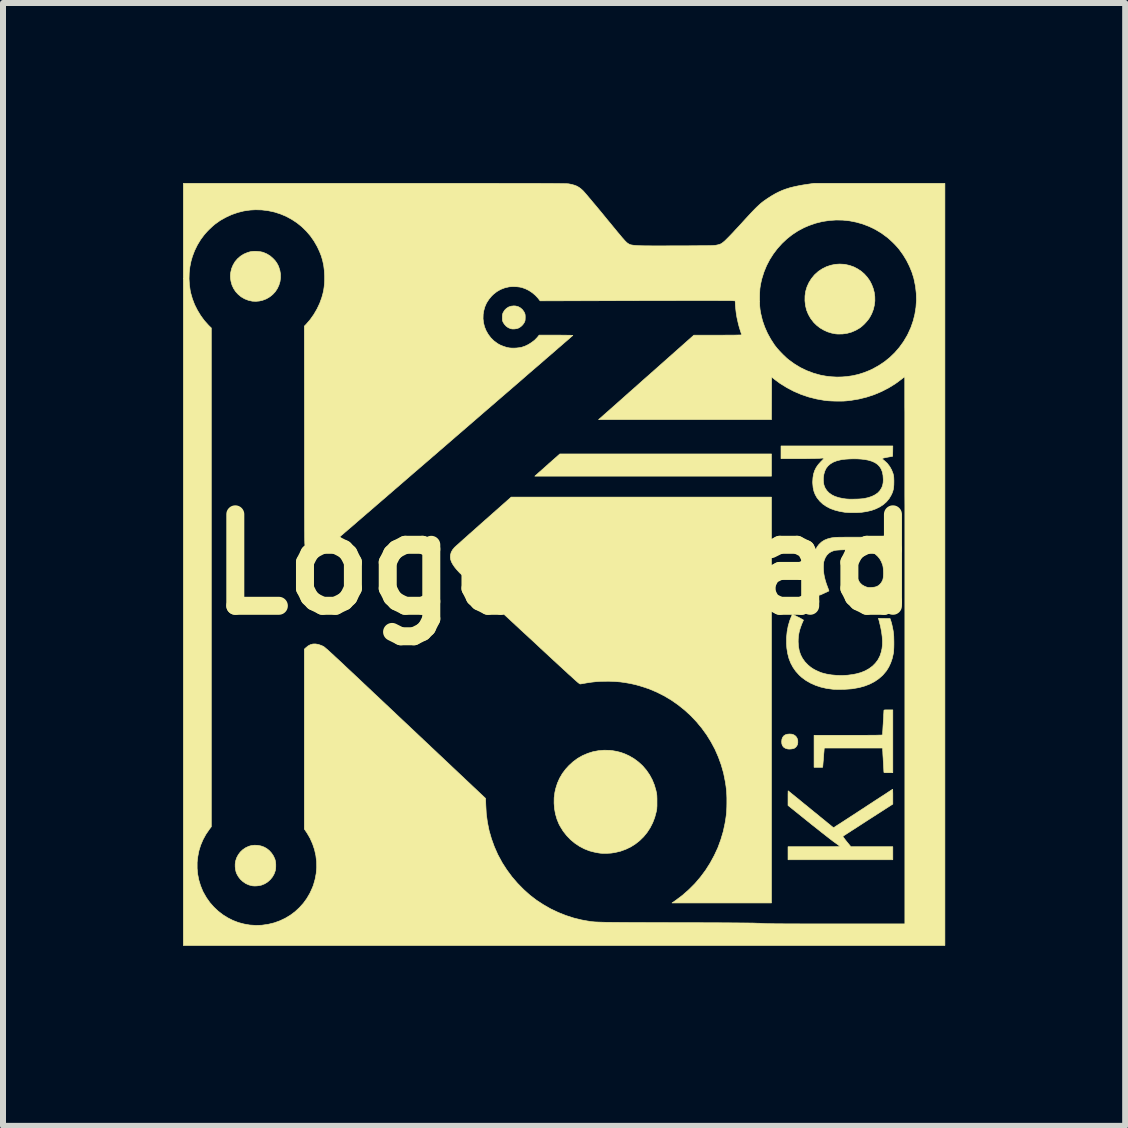
<source format=kicad_pcb>
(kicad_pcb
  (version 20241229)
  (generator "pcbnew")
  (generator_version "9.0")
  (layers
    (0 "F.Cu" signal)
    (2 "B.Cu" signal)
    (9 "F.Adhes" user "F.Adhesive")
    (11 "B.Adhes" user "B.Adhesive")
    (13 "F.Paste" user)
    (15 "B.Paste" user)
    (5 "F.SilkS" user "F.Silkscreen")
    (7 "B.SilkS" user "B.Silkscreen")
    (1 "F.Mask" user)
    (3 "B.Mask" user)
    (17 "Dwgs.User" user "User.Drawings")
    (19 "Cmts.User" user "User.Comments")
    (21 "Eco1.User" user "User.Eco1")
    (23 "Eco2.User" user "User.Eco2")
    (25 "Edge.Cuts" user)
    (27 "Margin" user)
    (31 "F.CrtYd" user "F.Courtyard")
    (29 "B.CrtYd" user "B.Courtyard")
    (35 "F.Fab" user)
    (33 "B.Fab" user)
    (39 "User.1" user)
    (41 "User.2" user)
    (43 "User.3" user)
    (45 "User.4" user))
  (footprint "LogoKicad"
    (layer "F.Cu")
    (at 6.35 6.355)
    (property "Reference" "LogoKicad" (at 0 0 0) (layer "F.SilkS") (effects (font (size 1.524 1.524) (thickness 0.3))))
    (attr through_hole)
    (fp_poly (pts (xy 3.455 -1.471) (xy -0.488 -1.471) (xy -0.465 -1.492) (xy -0.456 -1.499) (xy -0.441 -1.513) (xy -0.419 -1.533) (xy -0.392 -1.556) (xy -0.361 -1.584) (xy -0.326 -1.615) (xy -0.289 -1.648) (xy -0.257 -1.677) (xy -0.071 -1.841) (xy 1.692 -1.841) (xy 3.455 -1.841) (xy 3.455 -1.471)) (stroke (width 0.01) (type solid)) (fill yes) (layer "F.SilkS"))
    (fp_poly (pts (xy 3.796 2.829) (xy 3.828 2.84) (xy 3.854 2.858) (xy 3.862 2.865) (xy 3.882 2.896) (xy 3.893 2.93) (xy 3.894 2.968) (xy 3.889 2.999) (xy 3.877 3.024) (xy 3.859 3.046) (xy 3.836 3.063) (xy 3.823 3.068) (xy 3.794 3.074) (xy 3.762 3.077) (xy 3.733 3.076) (xy 3.721 3.074) (xy 3.686 3.063) (xy 3.658 3.045) (xy 3.639 3.021) (xy 3.628 2.99) (xy 3.625 2.953) (xy 3.629 2.914) (xy 3.641 2.882) (xy 3.66 2.857) (xy 3.687 2.839) (xy 3.722 2.829) (xy 3.757 2.826) (xy 3.796 2.829)) (stroke (width 0.01) (type solid)) (fill yes) (layer "F.SilkS"))
    (fp_poly (pts (xy -0.808 -4.306) (xy -0.767 -4.296) (xy -0.73 -4.276) (xy -0.697 -4.248) (xy -0.671 -4.213) (xy -0.662 -4.196) (xy -0.655 -4.181) (xy -0.651 -4.167) (xy -0.649 -4.151) (xy -0.648 -4.129) (xy -0.648 -4.114) (xy -0.649 -4.089) (xy -0.65 -4.071) (xy -0.653 -4.057) (xy -0.658 -4.044) (xy -0.665 -4.029) (xy -0.689 -3.994) (xy -0.721 -3.963) (xy -0.757 -3.94) (xy -0.76 -3.939) (xy -0.79 -3.929) (xy -0.825 -3.924) (xy -0.86 -3.923) (xy -0.889 -3.928) (xy -0.931 -3.945) (xy -0.967 -3.971) (xy -0.997 -4.005) (xy -1.014 -4.032) (xy -1.021 -4.047) (xy -1.026 -4.06) (xy -1.028 -4.075) (xy -1.029 -4.095) (xy -1.029 -4.114) (xy -1.029 -4.14) (xy -1.027 -4.159) (xy -1.024 -4.174) (xy -1.019 -4.189) (xy -1.015 -4.197) (xy -0.992 -4.235) (xy -0.961 -4.266) (xy -0.925 -4.289) (xy -0.884 -4.303) (xy -0.839 -4.308) (xy -0.808 -4.306)) (stroke (width 0.01) (type solid)) (fill yes) (layer "F.SilkS"))
    (fp_poly (pts (xy -5.106 4.681) (xy -5.052 4.691) (xy -5.001 4.709) (xy -4.957 4.733) (xy -4.914 4.767) (xy -4.876 4.809) (xy -4.844 4.857) (xy -4.821 4.907) (xy -4.813 4.934) (xy -4.808 4.963) (xy -4.805 4.998) (xy -4.805 5.035) (xy -4.807 5.07) (xy -4.812 5.1) (xy -4.813 5.104) (xy -4.832 5.157) (xy -4.86 5.207) (xy -4.896 5.251) (xy -4.939 5.29) (xy -4.988 5.321) (xy -5.041 5.343) (xy -5.045 5.344) (xy -5.081 5.352) (xy -5.122 5.357) (xy -5.162 5.358) (xy -5.197 5.355) (xy -5.252 5.341) (xy -5.304 5.318) (xy -5.351 5.286) (xy -5.393 5.248) (xy -5.428 5.203) (xy -5.456 5.153) (xy -5.467 5.122) (xy -5.476 5.082) (xy -5.481 5.037) (xy -5.481 4.992) (xy -5.475 4.95) (xy -5.475 4.946) (xy -5.457 4.89) (xy -5.43 4.839) (xy -5.396 4.793) (xy -5.355 4.754) (xy -5.307 4.721) (xy -5.255 4.697) (xy -5.212 4.685) (xy -5.16 4.679) (xy -5.106 4.681)) (stroke (width 0.01) (type solid)) (fill yes) (layer "F.SilkS"))
    (fp_poly (pts (xy -5.107 -5.216) (xy -5.063 -5.211) (xy -5.025 -5.203) (xy -5.014 -5.2) (xy -4.953 -5.174) (xy -4.898 -5.14) (xy -4.853 -5.101) (xy -4.816 -5.062) (xy -4.788 -5.023) (xy -4.765 -4.981) (xy -4.757 -4.963) (xy -4.737 -4.901) (xy -4.726 -4.838) (xy -4.726 -4.775) (xy -4.734 -4.713) (xy -4.752 -4.654) (xy -4.778 -4.598) (xy -4.812 -4.546) (xy -4.854 -4.5) (xy -4.903 -4.46) (xy -4.96 -4.426) (xy -4.97 -4.422) (xy -5.022 -4.402) (xy -5.078 -4.389) (xy -5.134 -4.384) (xy -5.188 -4.386) (xy -5.199 -4.387) (xy -5.264 -4.402) (xy -5.325 -4.426) (xy -5.38 -4.458) (xy -5.429 -4.498) (xy -5.472 -4.544) (xy -5.507 -4.597) (xy -5.534 -4.655) (xy -5.551 -4.717) (xy -5.553 -4.728) (xy -5.559 -4.769) (xy -5.561 -4.805) (xy -5.559 -4.841) (xy -5.556 -4.863) (xy -5.541 -4.929) (xy -5.516 -4.989) (xy -5.483 -5.045) (xy -5.442 -5.093) (xy -5.394 -5.135) (xy -5.339 -5.17) (xy -5.278 -5.196) (xy -5.231 -5.21) (xy -5.194 -5.216) (xy -5.152 -5.218) (xy -5.107 -5.216)) (stroke (width 0.01) (type solid)) (fill yes) (layer "F.SilkS"))
    (fp_poly (pts (xy 4.667 -5.001) (xy 4.682 -4.999) (xy 4.757 -4.982) (xy 4.828 -4.957) (xy 4.893 -4.923) (xy 4.953 -4.883) (xy 5.006 -4.836) (xy 5.053 -4.783) (xy 5.093 -4.726) (xy 5.125 -4.664) (xy 5.15 -4.599) (xy 5.168 -4.531) (xy 5.177 -4.461) (xy 5.178 -4.39) (xy 5.169 -4.318) (xy 5.152 -4.247) (xy 5.125 -4.177) (xy 5.09 -4.112) (xy 5.067 -4.079) (xy 5.038 -4.044) (xy 5.005 -4.008) (xy 4.971 -3.976) (xy 4.938 -3.949) (xy 4.93 -3.943) (xy 4.862 -3.903) (xy 4.791 -3.872) (xy 4.716 -3.851) (xy 4.639 -3.84) (xy 4.56 -3.839) (xy 4.524 -3.842) (xy 4.457 -3.855) (xy 4.389 -3.876) (xy 4.324 -3.906) (xy 4.263 -3.942) (xy 4.208 -3.985) (xy 4.16 -4.032) (xy 4.156 -4.037) (xy 4.107 -4.101) (xy 4.069 -4.168) (xy 4.04 -4.239) (xy 4.022 -4.314) (xy 4.013 -4.393) (xy 4.013 -4.395) (xy 4.014 -4.474) (xy 4.025 -4.55) (xy 4.047 -4.624) (xy 4.078 -4.693) (xy 4.119 -4.759) (xy 4.169 -4.821) (xy 4.183 -4.835) (xy 4.239 -4.885) (xy 4.302 -4.926) (xy 4.37 -4.96) (xy 4.441 -4.984) (xy 4.515 -5) (xy 4.591 -5.005) (xy 4.667 -5.001)) (stroke (width 0.01) (type solid)) (fill yes) (layer "F.SilkS"))
    (fp_poly (pts (xy 5.477 3.471) (xy 5.403 3.471) (xy 5.374 3.471) (xy 5.353 3.471) (xy 5.34 3.47) (xy 5.333 3.468) (xy 5.33 3.466) (xy 5.329 3.462) (xy 5.329 3.459) (xy 5.328 3.451) (xy 5.327 3.434) (xy 5.326 3.409) (xy 5.324 3.377) (xy 5.322 3.341) (xy 5.32 3.3) (xy 5.318 3.273) (xy 5.316 3.23) (xy 5.313 3.19) (xy 5.311 3.154) (xy 5.31 3.123) (xy 5.308 3.099) (xy 5.308 3.083) (xy 5.308 3.078) (xy 5.308 3.059) (xy 4.335 3.059) (xy 4.332 3.092) (xy 4.331 3.107) (xy 4.329 3.131) (xy 4.326 3.161) (xy 4.324 3.195) (xy 4.321 3.23) (xy 4.321 3.236) (xy 4.318 3.27) (xy 4.315 3.302) (xy 4.313 3.329) (xy 4.311 3.35) (xy 4.31 3.363) (xy 4.31 3.364) (xy 4.307 3.381) (xy 4.165 3.381) (xy 4.165 2.847) (xy 4.734 2.847) (xy 4.827 2.847) (xy 4.91 2.847) (xy 4.984 2.847) (xy 5.049 2.847) (xy 5.105 2.846) (xy 5.152 2.846) (xy 5.193 2.846) (xy 5.226 2.845) (xy 5.253 2.844) (xy 5.273 2.844) (xy 5.288 2.843) (xy 5.298 2.842) (xy 5.303 2.841) (xy 5.305 2.84) (xy 5.305 2.834) (xy 5.307 2.819) (xy 5.308 2.796) (xy 5.31 2.766) (xy 5.312 2.732) (xy 5.314 2.694) (xy 5.317 2.654) (xy 5.319 2.614) (xy 5.322 2.574) (xy 5.324 2.536) (xy 5.325 2.503) (xy 5.327 2.474) (xy 5.328 2.451) (xy 5.329 2.437) (xy 5.329 2.433) (xy 5.33 2.429) (xy 5.333 2.427) (xy 5.342 2.425) (xy 5.356 2.424) (xy 5.378 2.424) (xy 5.403 2.424) (xy 5.477 2.424) (xy 5.477 3.471)) (stroke (width 0.01) (type solid)) (fill yes) (layer "F.SilkS"))
    (fp_poly (pts (xy 0.76 3.098) (xy 0.804 3.103) (xy 0.877 3.116) (xy 0.945 3.133) (xy 1.011 3.157) (xy 1.079 3.188) (xy 1.085 3.191) (xy 1.167 3.239) (xy 1.242 3.295) (xy 1.31 3.358) (xy 1.37 3.428) (xy 1.423 3.505) (xy 1.468 3.588) (xy 1.504 3.676) (xy 1.531 3.77) (xy 1.535 3.789) (xy 1.54 3.81) (xy 1.543 3.83) (xy 1.545 3.85) (xy 1.546 3.874) (xy 1.547 3.903) (xy 1.547 3.939) (xy 1.547 3.956) (xy 1.547 3.995) (xy 1.547 4.027) (xy 1.545 4.052) (xy 1.544 4.074) (xy 1.541 4.094) (xy 1.537 4.114) (xy 1.535 4.122) (xy 1.51 4.216) (xy 1.476 4.305) (xy 1.433 4.389) (xy 1.383 4.466) (xy 1.325 4.537) (xy 1.26 4.601) (xy 1.189 4.657) (xy 1.112 4.706) (xy 1.029 4.746) (xy 0.942 4.778) (xy 0.85 4.8) (xy 0.786 4.81) (xy 0.754 4.812) (xy 0.716 4.814) (xy 0.676 4.814) (xy 0.637 4.814) (xy 0.606 4.812) (xy 0.577 4.808) (xy 0.542 4.802) (xy 0.504 4.794) (xy 0.467 4.785) (xy 0.434 4.776) (xy 0.422 4.773) (xy 0.336 4.739) (xy 0.254 4.696) (xy 0.177 4.644) (xy 0.105 4.584) (xy 0.041 4.517) (xy -0.017 4.443) (xy -0.066 4.363) (xy -0.086 4.326) (xy -0.119 4.245) (xy -0.144 4.159) (xy -0.16 4.07) (xy -0.167 3.979) (xy -0.166 3.888) (xy -0.154 3.798) (xy -0.14 3.735) (xy -0.112 3.646) (xy -0.075 3.563) (xy -0.029 3.484) (xy 0.027 3.41) (xy 0.081 3.351) (xy 0.151 3.287) (xy 0.227 3.231) (xy 0.308 3.185) (xy 0.393 3.149) (xy 0.481 3.121) (xy 0.572 3.104) (xy 0.665 3.096) (xy 0.76 3.098)) (stroke (width 0.01) (type solid)) (fill yes) (layer "F.SilkS"))
    (fp_poly (pts (xy 3.897 0.877) (xy 3.926 0.891) (xy 3.95 0.905) (xy 3.97 0.916) (xy 3.983 0.924) (xy 3.988 0.928) (xy 3.988 0.929) (xy 3.961 0.99) (xy 3.94 1.046) (xy 3.924 1.096) (xy 3.913 1.144) (xy 3.905 1.192) (xy 3.901 1.242) (xy 3.9 1.289) (xy 3.905 1.366) (xy 3.918 1.438) (xy 3.94 1.504) (xy 3.972 1.566) (xy 4.013 1.623) (xy 4.064 1.676) (xy 4.11 1.714) (xy 4.141 1.735) (xy 4.179 1.757) (xy 4.221 1.777) (xy 4.262 1.795) (xy 4.294 1.807) (xy 4.371 1.827) (xy 4.455 1.841) (xy 4.543 1.849) (xy 4.633 1.851) (xy 4.724 1.846) (xy 4.813 1.834) (xy 4.869 1.823) (xy 4.946 1.802) (xy 5.017 1.773) (xy 5.081 1.737) (xy 5.138 1.695) (xy 5.186 1.647) (xy 5.227 1.594) (xy 5.258 1.535) (xy 5.266 1.517) (xy 5.284 1.461) (xy 5.297 1.403) (xy 5.304 1.341) (xy 5.305 1.275) (xy 5.3 1.203) (xy 5.29 1.126) (xy 5.274 1.043) (xy 5.252 0.951) (xy 5.241 0.911) (xy 5.237 0.899) (xy 5.334 0.901) (xy 5.431 0.902) (xy 5.441 0.931) (xy 5.452 0.966) (xy 5.463 1.009) (xy 5.473 1.055) (xy 5.482 1.101) (xy 5.486 1.127) (xy 5.49 1.16) (xy 5.493 1.2) (xy 5.494 1.245) (xy 5.495 1.292) (xy 5.495 1.339) (xy 5.494 1.385) (xy 5.492 1.426) (xy 5.49 1.461) (xy 5.486 1.484) (xy 5.467 1.568) (xy 5.441 1.643) (xy 5.409 1.711) (xy 5.37 1.774) (xy 5.322 1.831) (xy 5.305 1.85) (xy 5.243 1.904) (xy 5.173 1.952) (xy 5.096 1.992) (xy 5.012 2.025) (xy 4.919 2.051) (xy 4.819 2.069) (xy 4.802 2.072) (xy 4.767 2.075) (xy 4.724 2.078) (xy 4.677 2.081) (xy 4.627 2.082) (xy 4.578 2.083) (xy 4.533 2.082) (xy 4.493 2.081) (xy 4.471 2.079) (xy 4.373 2.066) (xy 4.278 2.044) (xy 4.19 2.015) (xy 4.107 1.978) (xy 4.03 1.934) (xy 3.962 1.884) (xy 3.916 1.842) (xy 3.86 1.78) (xy 3.814 1.714) (xy 3.776 1.643) (xy 3.746 1.566) (xy 3.725 1.484) (xy 3.711 1.395) (xy 3.706 1.323) (xy 3.706 1.22) (xy 3.716 1.12) (xy 3.734 1.024) (xy 3.761 0.933) (xy 3.788 0.866) (xy 3.804 0.831) (xy 3.897 0.877)) (stroke (width 0.01) (type solid)) (fill yes) (layer "F.SilkS"))
    (fp_poly (pts (xy 5.475 3.752) (xy 5.476 3.766) (xy 5.476 3.788) (xy 5.477 3.816) (xy 5.477 3.848) (xy 5.477 3.87) (xy 5.477 3.994) (xy 5.063 4.26) (xy 5.003 4.299) (xy 4.946 4.336) (xy 4.892 4.371) (xy 4.841 4.404) (xy 4.795 4.433) (xy 4.754 4.46) (xy 4.718 4.483) (xy 4.689 4.502) (xy 4.667 4.516) (xy 4.652 4.526) (xy 4.645 4.53) (xy 4.645 4.53) (xy 4.647 4.535) (xy 4.654 4.547) (xy 4.667 4.564) (xy 4.683 4.586) (xy 4.703 4.611) (xy 4.709 4.619) (xy 4.779 4.704) (xy 5.477 4.704) (xy 5.477 4.921) (xy 3.731 4.921) (xy 3.731 4.704) (xy 4.165 4.704) (xy 4.231 4.704) (xy 4.295 4.704) (xy 4.355 4.704) (xy 4.41 4.704) (xy 4.459 4.703) (xy 4.502 4.703) (xy 4.538 4.702) (xy 4.567 4.702) (xy 4.587 4.701) (xy 4.597 4.701) (xy 4.598 4.7) (xy 4.594 4.696) (xy 4.583 4.687) (xy 4.565 4.673) (xy 4.542 4.656) (xy 4.515 4.637) (xy 4.499 4.625) (xy 4.479 4.611) (xy 4.452 4.59) (xy 4.418 4.564) (xy 4.378 4.533) (xy 4.334 4.498) (xy 4.286 4.461) (xy 4.235 4.42) (xy 4.182 4.378) (xy 4.127 4.335) (xy 4.073 4.291) (xy 4.065 4.285) (xy 3.731 4.016) (xy 3.731 3.894) (xy 3.731 3.86) (xy 3.731 3.829) (xy 3.732 3.804) (xy 3.732 3.785) (xy 3.733 3.775) (xy 3.733 3.773) (xy 3.738 3.776) (xy 3.75 3.786) (xy 3.769 3.801) (xy 3.794 3.822) (xy 3.826 3.847) (xy 3.862 3.877) (xy 3.904 3.91) (xy 3.949 3.948) (xy 3.998 3.988) (xy 4.051 4.03) (xy 4.105 4.075) (xy 4.111 4.08) (xy 4.166 4.125) (xy 4.219 4.167) (xy 4.268 4.208) (xy 4.314 4.245) (xy 4.356 4.279) (xy 4.393 4.31) (xy 4.425 4.335) (xy 4.451 4.357) (xy 4.471 4.373) (xy 4.484 4.383) (xy 4.49 4.387) (xy 4.49 4.387) (xy 4.494 4.384) (xy 4.508 4.376) (xy 4.528 4.362) (xy 4.556 4.344) (xy 4.591 4.322) (xy 4.631 4.296) (xy 4.677 4.266) (xy 4.728 4.233) (xy 4.783 4.197) (xy 4.842 4.159) (xy 4.904 4.118) (xy 4.969 4.076) (xy 4.983 4.067) (xy 5.048 4.024) (xy 5.111 3.983) (xy 5.17 3.944) (xy 5.226 3.908) (xy 5.278 3.874) (xy 5.325 3.844) (xy 5.366 3.817) (xy 5.402 3.793) (xy 5.431 3.774) (xy 5.453 3.76) (xy 5.468 3.751) (xy 5.475 3.747) (xy 5.475 3.747) (xy 5.475 3.752)) (stroke (width 0.01) (type solid)) (fill yes) (layer "F.SilkS"))
    (fp_poly (pts (xy 3.455 5.641) (xy 1.798 5.641) (xy 1.855 5.601) (xy 1.971 5.514) (xy 2.079 5.419) (xy 2.18 5.318) (xy 2.273 5.209) (xy 2.358 5.095) (xy 2.434 4.975) (xy 2.502 4.85) (xy 2.562 4.721) (xy 2.611 4.587) (xy 2.652 4.45) (xy 2.682 4.31) (xy 2.685 4.291) (xy 2.694 4.235) (xy 2.701 4.185) (xy 2.706 4.138) (xy 2.709 4.09) (xy 2.711 4.039) (xy 2.712 3.981) (xy 2.712 3.953) (xy 2.712 3.891) (xy 2.71 3.838) (xy 2.707 3.788) (xy 2.703 3.741) (xy 2.697 3.693) (xy 2.689 3.64) (xy 2.685 3.616) (xy 2.657 3.476) (xy 2.618 3.34) (xy 2.57 3.208) (xy 2.514 3.08) (xy 2.448 2.957) (xy 2.375 2.839) (xy 2.293 2.726) (xy 2.204 2.619) (xy 2.109 2.519) (xy 2.006 2.425) (xy 1.897 2.338) (xy 1.783 2.259) (xy 1.663 2.188) (xy 1.537 2.125) (xy 1.408 2.071) (xy 1.273 2.027) (xy 1.199 2.006) (xy 1.108 1.985) (xy 1.022 1.97) (xy 0.938 1.958) (xy 0.851 1.951) (xy 0.76 1.947) (xy 0.706 1.947) (xy 0.618 1.948) (xy 0.537 1.953) (xy 0.457 1.962) (xy 0.376 1.974) (xy 0.36 1.977) (xy 0.331 1.982) (xy 0.305 1.987) (xy 0.284 1.99) (xy 0.269 1.992) (xy 0.267 1.992) (xy 0.264 1.991) (xy 0.261 1.99) (xy 0.256 1.987) (xy 0.25 1.982) (xy 0.241 1.976) (xy 0.23 1.967) (xy 0.217 1.956) (xy 0.201 1.942) (xy 0.182 1.925) (xy 0.16 1.905) (xy 0.134 1.881) (xy 0.104 1.854) (xy 0.069 1.823) (xy 0.031 1.787) (xy -0.013 1.747) (xy -0.062 1.702) (xy -0.115 1.653) (xy -0.175 1.598) (xy -0.241 1.537) (xy -0.312 1.471) (xy -0.391 1.398) (xy -0.475 1.319) (xy -0.567 1.234) (xy -0.667 1.142) (xy -0.718 1.095) (xy -0.805 1.014) (xy -0.89 0.935) (xy -0.973 0.858) (xy -1.054 0.783) (xy -1.132 0.71) (xy -1.207 0.64) (xy -1.279 0.573) (xy -1.347 0.51) (xy -1.411 0.45) (xy -1.47 0.395) (xy -1.524 0.344) (xy -1.573 0.298) (xy -1.617 0.257) (xy -1.655 0.222) (xy -1.686 0.192) (xy -1.711 0.168) (xy -1.729 0.151) (xy -1.74 0.141) (xy -1.741 0.14) (xy -1.788 0.089) (xy -1.826 0.042) (xy -1.855 -0.001) (xy -1.877 -0.041) (xy -1.89 -0.079) (xy -1.896 -0.115) (xy -1.895 -0.15) (xy -1.894 -0.157) (xy -1.882 -0.201) (xy -1.86 -0.242) (xy -1.827 -0.282) (xy -1.822 -0.287) (xy -1.813 -0.295) (xy -1.797 -0.31) (xy -1.774 -0.33) (xy -1.745 -0.356) (xy -1.71 -0.388) (xy -1.67 -0.424) (xy -1.625 -0.463) (xy -1.577 -0.507) (xy -1.524 -0.553) (xy -1.469 -0.602) (xy -1.411 -0.654) (xy -1.352 -0.706) (xy -1.334 -0.722) (xy -0.882 -1.122) (xy 3.455 -1.122) (xy 3.455 5.641)) (stroke (width 0.01) (type solid)) (fill yes) (layer "F.SilkS"))
    (fp_poly (pts (xy 5.476 -1.888) (xy 5.474 -1.802) (xy 5.387 -1.786) (xy 5.358 -1.78) (xy 5.333 -1.775) (xy 5.314 -1.77) (xy 5.302 -1.767) (xy 5.299 -1.765) (xy 5.302 -1.759) (xy 5.312 -1.749) (xy 5.327 -1.736) (xy 5.338 -1.727) (xy 5.385 -1.684) (xy 5.425 -1.632) (xy 5.457 -1.575) (xy 5.481 -1.514) (xy 5.483 -1.505) (xy 5.488 -1.487) (xy 5.491 -1.47) (xy 5.493 -1.45) (xy 5.494 -1.427) (xy 5.495 -1.397) (xy 5.495 -1.373) (xy 5.494 -1.326) (xy 5.491 -1.287) (xy 5.486 -1.253) (xy 5.478 -1.222) (xy 5.467 -1.191) (xy 5.451 -1.157) (xy 5.45 -1.155) (xy 5.416 -1.097) (xy 5.373 -1.045) (xy 5.322 -0.999) (xy 5.263 -0.96) (xy 5.196 -0.927) (xy 5.122 -0.9) (xy 5.04 -0.881) (xy 4.954 -0.868) (xy 4.923 -0.866) (xy 4.885 -0.864) (xy 4.843 -0.863) (xy 4.799 -0.863) (xy 4.757 -0.864) (xy 4.719 -0.866) (xy 4.689 -0.868) (xy 4.683 -0.868) (xy 4.594 -0.883) (xy 4.512 -0.904) (xy 4.437 -0.931) (xy 4.37 -0.966) (xy 4.311 -1.006) (xy 4.26 -1.054) (xy 4.217 -1.107) (xy 4.212 -1.114) (xy 4.183 -1.166) (xy 4.162 -1.221) (xy 4.149 -1.281) (xy 4.143 -1.348) (xy 4.142 -1.373) (xy 4.146 -1.439) (xy 4.32 -1.439) (xy 4.32 -1.379) (xy 4.329 -1.324) (xy 4.348 -1.275) (xy 4.376 -1.232) (xy 4.412 -1.194) (xy 4.457 -1.161) (xy 4.511 -1.134) (xy 4.575 -1.113) (xy 4.646 -1.098) (xy 4.696 -1.091) (xy 4.725 -1.089) (xy 4.76 -1.087) (xy 4.801 -1.087) (xy 4.844 -1.088) (xy 4.888 -1.089) (xy 4.929 -1.091) (xy 4.965 -1.094) (xy 4.993 -1.097) (xy 4.998 -1.098) (xy 5.067 -1.113) (xy 5.129 -1.134) (xy 5.181 -1.16) (xy 5.226 -1.191) (xy 5.261 -1.228) (xy 5.287 -1.269) (xy 5.289 -1.272) (xy 5.302 -1.302) (xy 5.31 -1.331) (xy 5.316 -1.362) (xy 5.318 -1.398) (xy 5.318 -1.421) (xy 5.314 -1.484) (xy 5.303 -1.54) (xy 5.284 -1.589) (xy 5.257 -1.631) (xy 5.222 -1.667) (xy 5.178 -1.697) (xy 5.126 -1.72) (xy 5.065 -1.738) (xy 5.01 -1.748) (xy 4.952 -1.755) (xy 4.888 -1.759) (xy 4.821 -1.76) (xy 4.755 -1.758) (xy 4.692 -1.754) (xy 4.636 -1.748) (xy 4.61 -1.743) (xy 4.544 -1.727) (xy 4.487 -1.705) (xy 4.439 -1.677) (xy 4.399 -1.643) (xy 4.367 -1.603) (xy 4.344 -1.556) (xy 4.328 -1.502) (xy 4.32 -1.441) (xy 4.32 -1.439) (xy 4.146 -1.439) (xy 4.146 -1.442) (xy 4.156 -1.504) (xy 4.174 -1.561) (xy 4.2 -1.614) (xy 4.235 -1.664) (xy 4.279 -1.713) (xy 4.285 -1.719) (xy 4.303 -1.737) (xy 4.318 -1.753) (xy 4.328 -1.764) (xy 4.332 -1.771) (xy 4.332 -1.771) (xy 4.326 -1.772) (xy 4.311 -1.772) (xy 4.29 -1.771) (xy 4.264 -1.769) (xy 4.258 -1.768) (xy 4.236 -1.767) (xy 4.203 -1.766) (xy 4.162 -1.764) (xy 4.113 -1.764) (xy 4.057 -1.763) (xy 3.994 -1.762) (xy 3.926 -1.762) (xy 3.901 -1.762) (xy 3.614 -1.762) (xy 3.614 -1.974) (xy 5.477 -1.974) (xy 5.476 -1.888)) (stroke (width 0.01) (type solid)) (fill yes) (layer "F.SilkS"))
    (fp_poly (pts (xy 4.906 -0.454) (xy 4.992 -0.454) (xy 5.022 -0.454) (xy 5.474 -0.452) (xy 5.474 -0.3) (xy 5.385 -0.277) (xy 5.356 -0.27) (xy 5.331 -0.263) (xy 5.311 -0.258) (xy 5.298 -0.254) (xy 5.294 -0.253) (xy 5.296 -0.248) (xy 5.305 -0.238) (xy 5.32 -0.222) (xy 5.338 -0.203) (xy 5.354 -0.187) (xy 5.394 -0.143) (xy 5.427 -0.101) (xy 5.451 -0.059) (xy 5.47 -0.014) (xy 5.483 0.035) (xy 5.492 0.092) (xy 5.492 0.093) (xy 5.498 0.172) (xy 5.496 0.246) (xy 5.487 0.314) (xy 5.469 0.376) (xy 5.444 0.431) (xy 5.412 0.479) (xy 5.373 0.52) (xy 5.327 0.554) (xy 5.274 0.58) (xy 5.214 0.598) (xy 5.21 0.599) (xy 5.165 0.605) (xy 5.116 0.608) (xy 5.068 0.606) (xy 5.024 0.601) (xy 5.019 0.6) (xy 4.963 0.583) (xy 4.912 0.557) (xy 4.866 0.522) (xy 4.825 0.478) (xy 4.789 0.425) (xy 4.759 0.364) (xy 4.735 0.295) (xy 4.728 0.269) (xy 4.721 0.235) (xy 4.714 0.202) (xy 4.709 0.167) (xy 4.704 0.13) (xy 4.7 0.088) (xy 4.697 0.04) (xy 4.695 -0.017) (xy 4.693 -0.058) (xy 4.692 -0.099) (xy 4.69 -0.137) (xy 4.689 -0.17) (xy 4.687 -0.198) (xy 4.686 -0.219) (xy 4.685 -0.23) (xy 4.685 -0.232) (xy 4.684 -0.238) (xy 4.83 -0.238) (xy 4.833 -0.205) (xy 4.835 -0.188) (xy 4.836 -0.163) (xy 4.838 -0.133) (xy 4.839 -0.101) (xy 4.839 -0.09) (xy 4.844 -0.008) (xy 4.851 0.065) (xy 4.86 0.128) (xy 4.872 0.183) (xy 4.888 0.23) (xy 4.906 0.27) (xy 4.928 0.303) (xy 4.94 0.317) (xy 4.968 0.342) (xy 5.003 0.362) (xy 5.039 0.377) (xy 5.054 0.381) (xy 5.077 0.384) (xy 5.107 0.384) (xy 5.139 0.382) (xy 5.169 0.379) (xy 5.194 0.373) (xy 5.195 0.373) (xy 5.231 0.357) (xy 5.262 0.332) (xy 5.288 0.3) (xy 5.308 0.261) (xy 5.312 0.249) (xy 5.317 0.224) (xy 5.32 0.192) (xy 5.322 0.154) (xy 5.321 0.115) (xy 5.319 0.077) (xy 5.315 0.042) (xy 5.309 0.014) (xy 5.309 0.013) (xy 5.287 -0.045) (xy 5.258 -0.096) (xy 5.221 -0.14) (xy 5.178 -0.177) (xy 5.138 -0.2) (xy 5.111 -0.213) (xy 5.084 -0.222) (xy 5.058 -0.229) (xy 5.028 -0.234) (xy 4.993 -0.237) (xy 4.951 -0.238) (xy 4.925 -0.238) (xy 4.83 -0.238) (xy 4.684 -0.238) (xy 4.683 -0.245) (xy 4.605 -0.242) (xy 4.575 -0.24) (xy 4.546 -0.238) (xy 4.521 -0.235) (xy 4.503 -0.232) (xy 4.5 -0.231) (xy 4.451 -0.213) (xy 4.411 -0.187) (xy 4.378 -0.154) (xy 4.352 -0.114) (xy 4.333 -0.065) (xy 4.331 -0.058) (xy 4.326 -0.04) (xy 4.324 -0.018) (xy 4.322 0.009) (xy 4.321 0.042) (xy 4.321 0.056) (xy 4.323 0.107) (xy 4.328 0.157) (xy 4.337 0.207) (xy 4.35 0.259) (xy 4.367 0.315) (xy 4.39 0.378) (xy 4.393 0.385) (xy 4.401 0.407) (xy 4.408 0.426) (xy 4.412 0.438) (xy 4.412 0.442) (xy 4.407 0.445) (xy 4.394 0.451) (xy 4.376 0.46) (xy 4.353 0.47) (xy 4.33 0.481) (xy 4.306 0.492) (xy 4.286 0.501) (xy 4.269 0.508) (xy 4.259 0.513) (xy 4.257 0.513) (xy 4.252 0.509) (xy 4.245 0.495) (xy 4.235 0.475) (xy 4.225 0.45) (xy 4.213 0.421) (xy 4.202 0.39) (xy 4.191 0.358) (xy 4.182 0.328) (xy 4.176 0.306) (xy 4.162 0.251) (xy 4.152 0.202) (xy 4.146 0.154) (xy 4.143 0.103) (xy 4.142 0.05) (xy 4.145 -0.035) (xy 4.154 -0.112) (xy 4.169 -0.181) (xy 4.189 -0.241) (xy 4.216 -0.293) (xy 4.25 -0.337) (xy 4.29 -0.374) (xy 4.337 -0.404) (xy 4.391 -0.426) (xy 4.453 -0.442) (xy 4.511 -0.45) (xy 4.528 -0.451) (xy 4.555 -0.452) (xy 4.592 -0.453) (xy 4.638 -0.453) (xy 4.693 -0.454) (xy 4.756 -0.454) (xy 4.828 -0.454) (xy 4.906 -0.454)) (stroke (width 0.01) (type solid)) (fill yes) (layer "F.SilkS"))
    (fp_poly (pts (xy -2.94 -6.35) (xy -2.73 -6.35) (xy -2.529 -6.35) (xy -2.338 -6.35) (xy -2.157 -6.35) (xy -1.986 -6.35) (xy -1.823 -6.35) (xy -1.669 -6.35) (xy -1.524 -6.35) (xy -1.387 -6.35) (xy -1.258 -6.35) (xy -1.137 -6.35) (xy -1.024 -6.349) (xy -0.918 -6.349) (xy -0.819 -6.349) (xy -0.727 -6.349) (xy -0.641 -6.349) (xy -0.562 -6.349) (xy -0.489 -6.349) (xy -0.422 -6.349) (xy -0.36 -6.348) (xy -0.304 -6.348) (xy -0.253 -6.348) (xy -0.206 -6.348) (xy -0.164 -6.347) (xy -0.127 -6.347) (xy -0.094 -6.347) (xy -0.064 -6.346) (xy -0.038 -6.346) (xy -0.016 -6.346) (xy 0.004 -6.345) (xy 0.02 -6.345) (xy 0.035 -6.344) (xy 0.046 -6.344) (xy 0.056 -6.343) (xy 0.064 -6.343) (xy 0.07 -6.342) (xy 0.075 -6.342) (xy 0.076 -6.342) (xy 0.129 -6.331) (xy 0.175 -6.318) (xy 0.215 -6.302) (xy 0.252 -6.28) (xy 0.288 -6.252) (xy 0.312 -6.23) (xy 0.321 -6.221) (xy 0.336 -6.204) (xy 0.357 -6.18) (xy 0.383 -6.15) (xy 0.413 -6.114) (xy 0.448 -6.073) (xy 0.485 -6.028) (xy 0.526 -5.98) (xy 0.569 -5.928) (xy 0.614 -5.874) (xy 0.66 -5.818) (xy 0.664 -5.813) (xy 0.72 -5.744) (xy 0.771 -5.683) (xy 0.815 -5.629) (xy 0.854 -5.582) (xy 0.888 -5.54) (xy 0.918 -5.505) (xy 0.943 -5.475) (xy 0.964 -5.449) (xy 0.983 -5.428) (xy 0.998 -5.411) (xy 1.011 -5.396) (xy 1.022 -5.385) (xy 1.031 -5.376) (xy 1.039 -5.368) (xy 1.046 -5.362) (xy 1.053 -5.356) (xy 1.059 -5.352) (xy 1.068 -5.346) (xy 1.077 -5.34) (xy 1.087 -5.335) (xy 1.098 -5.33) (xy 1.111 -5.326) (xy 1.126 -5.323) (xy 1.144 -5.32) (xy 1.166 -5.317) (xy 1.192 -5.315) (xy 1.222 -5.313) (xy 1.258 -5.311) (xy 1.299 -5.31) (xy 1.346 -5.309) (xy 1.4 -5.309) (xy 1.462 -5.308) (xy 1.531 -5.308) (xy 1.609 -5.308) (xy 1.696 -5.308) (xy 1.793 -5.309) (xy 1.886 -5.309) (xy 1.98 -5.309) (xy 2.063 -5.309) (xy 2.138 -5.31) (xy 2.203 -5.31) (xy 2.26 -5.311) (xy 2.31 -5.311) (xy 2.353 -5.311) (xy 2.39 -5.312) (xy 2.421 -5.313) (xy 2.447 -5.313) (xy 2.468 -5.314) (xy 2.486 -5.315) (xy 2.501 -5.316) (xy 2.513 -5.317) (xy 2.523 -5.318) (xy 2.532 -5.319) (xy 2.535 -5.32) (xy 2.56 -5.325) (xy 2.585 -5.332) (xy 2.606 -5.339) (xy 2.611 -5.342) (xy 2.623 -5.348) (xy 2.637 -5.358) (xy 2.652 -5.37) (xy 2.671 -5.385) (xy 2.692 -5.405) (xy 2.716 -5.429) (xy 2.745 -5.458) (xy 2.778 -5.492) (xy 2.816 -5.532) (xy 2.859 -5.579) (xy 2.909 -5.632) (xy 2.965 -5.693) (xy 2.97 -5.699) (xy 3.023 -5.757) (xy 3.07 -5.808) (xy 3.112 -5.853) (xy 3.148 -5.891) (xy 3.181 -5.925) (xy 3.21 -5.954) (xy 3.237 -5.979) (xy 3.262 -6.002) (xy 3.285 -6.022) (xy 3.309 -6.041) (xy 3.333 -6.059) (xy 3.358 -6.076) (xy 3.385 -6.095) (xy 3.402 -6.106) (xy 3.463 -6.145) (xy 3.522 -6.179) (xy 3.58 -6.208) (xy 3.638 -6.234) (xy 3.698 -6.256) (xy 3.761 -6.276) (xy 3.83 -6.293) (xy 3.905 -6.309) (xy 3.988 -6.324) (xy 4.056 -6.334) (xy 4.162 -6.35) (xy 6.345 -6.35) (xy 6.345 6.35) (xy -6.345 6.35) (xy -6.345 -4.76) (xy -6.25 -4.76) (xy -6.244 -4.661) (xy -6.231 -4.566) (xy -6.222 -4.522) (xy -6.194 -4.425) (xy -6.157 -4.328) (xy -6.11 -4.235) (xy -6.056 -4.146) (xy -5.995 -4.063) (xy -5.927 -3.987) (xy -5.914 -3.974) (xy -5.879 -3.94) (xy -5.879 4.371) (xy -5.912 4.415) (xy -5.969 4.498) (xy -6.017 4.586) (xy -6.056 4.677) (xy -6.085 4.771) (xy -6.104 4.868) (xy -6.115 4.965) (xy -6.115 5.064) (xy -6.106 5.162) (xy -6.087 5.259) (xy -6.058 5.354) (xy -6.02 5.447) (xy -6.011 5.464) (xy -5.961 5.552) (xy -5.903 5.634) (xy -5.838 5.708) (xy -5.766 5.776) (xy -5.689 5.836) (xy -5.606 5.888) (xy -5.519 5.932) (xy -5.428 5.967) (xy -5.333 5.992) (xy -5.236 6.009) (xy -5.137 6.015) (xy -5.036 6.012) (xy -5.03 6.011) (xy -4.928 5.996) (xy -4.83 5.972) (xy -4.736 5.938) (xy -4.647 5.896) (xy -4.562 5.845) (xy -4.483 5.786) (xy -4.411 5.719) (xy -4.345 5.646) (xy -4.287 5.566) (xy -4.236 5.479) (xy -4.194 5.387) (xy -4.178 5.346) (xy -4.15 5.248) (xy -4.131 5.148) (xy -4.123 5.049) (xy -4.125 4.949) (xy -4.137 4.85) (xy -4.159 4.752) (xy -4.191 4.657) (xy -4.232 4.565) (xy -4.283 4.477) (xy -4.291 4.465) (xy -4.329 4.409) (xy -4.329 1.412) (xy -4.302 1.387) (xy -4.265 1.357) (xy -4.227 1.337) (xy -4.186 1.326) (xy -4.143 1.325) (xy -4.095 1.333) (xy -4.044 1.351) (xy -4.024 1.36) (xy -4.02 1.362) (xy -4.016 1.364) (xy -4.011 1.366) (xy -4.006 1.369) (xy -4.001 1.373) (xy -3.994 1.378) (xy -3.986 1.385) (xy -3.976 1.393) (xy -3.965 1.403) (xy -3.951 1.414) (xy -3.935 1.428) (xy -3.917 1.445) (xy -3.896 1.464) (xy -3.872 1.486) (xy -3.844 1.511) (xy -3.814 1.54) (xy -3.779 1.572) (xy -3.74 1.608) (xy -3.697 1.648) (xy -3.65 1.693) (xy -3.598 1.742) (xy -3.54 1.796) (xy -3.478 1.854) (xy -3.41 1.918) (xy -3.336 1.988) (xy -3.256 2.063) (xy -3.171 2.144) (xy -3.078 2.231) (xy -2.979 2.324) (xy -2.873 2.424) (xy -2.76 2.531) (xy -2.645 2.639) (xy -1.309 3.899) (xy -1.305 4.009) (xy -1.297 4.155) (xy -1.278 4.297) (xy -1.25 4.436) (xy -1.211 4.571) (xy -1.163 4.704) (xy -1.105 4.835) (xy -1.098 4.848) (xy -1.031 4.972) (xy -0.954 5.091) (xy -0.869 5.206) (xy -0.776 5.314) (xy -0.676 5.416) (xy -0.57 5.511) (xy -0.458 5.597) (xy -0.456 5.598) (xy -0.342 5.672) (xy -0.223 5.74) (xy -0.098 5.799) (xy 0.03 5.85) (xy 0.16 5.892) (xy 0.291 5.924) (xy 0.362 5.937) (xy 0.38 5.94) (xy 0.396 5.943) (xy 0.411 5.945) (xy 0.426 5.948) (xy 0.441 5.95) (xy 0.456 5.952) (xy 0.472 5.954) (xy 0.489 5.955) (xy 0.507 5.957) (xy 0.528 5.958) (xy 0.551 5.959) (xy 0.577 5.96) (xy 0.607 5.961) (xy 0.64 5.962) (xy 0.678 5.963) (xy 0.72 5.964) (xy 0.767 5.964) (xy 0.82 5.965) (xy 0.879 5.965) (xy 0.944 5.966) (xy 1.016 5.966) (xy 1.095 5.967) (xy 1.181 5.967) (xy 1.276 5.967) (xy 1.38 5.968) (xy 1.492 5.968) (xy 1.614 5.968) (xy 1.745 5.969) (xy 1.855 5.969) (xy 1.997 5.969) (xy 2.129 5.97) (xy 2.251 5.97) (xy 2.364 5.971) (xy 2.468 5.971) (xy 2.563 5.971) (xy 2.65 5.972) (xy 2.73 5.972) (xy 2.803 5.973) (xy 2.868 5.973) (xy 2.928 5.974) (xy 2.981 5.974) (xy 3.029 5.975) (xy 3.072 5.975) (xy 3.11 5.976) (xy 3.144 5.976) (xy 3.174 5.977) (xy 3.201 5.978) (xy 3.224 5.979) (xy 3.246 5.979) (xy 3.265 5.98) (xy 3.282 5.981) (xy 3.283 5.981) (xy 3.301 5.982) (xy 3.32 5.983) (xy 3.341 5.984) (xy 3.364 5.985) (xy 3.389 5.986) (xy 3.417 5.986) (xy 3.449 5.987) (xy 3.485 5.987) (xy 3.525 5.988) (xy 3.57 5.988) (xy 3.621 5.988) (xy 3.677 5.989) (xy 3.74 5.989) (xy 3.809 5.989) (xy 3.886 5.989) (xy 3.97 5.99) (xy 4.062 5.99) (xy 4.164 5.99) (xy 4.274 5.99) (xy 4.393 5.99) (xy 4.523 5.99) (xy 4.552 5.99) (xy 5.678 5.99) (xy 5.678 1.431) (xy 5.678 1.212) (xy 5.678 0.995) (xy 5.678 0.781) (xy 5.678 0.571) (xy 5.678 0.363) (xy 5.678 0.159) (xy 5.678 -0.041) (xy 5.678 -0.237) (xy 5.678 -0.429) (xy 5.678 -0.616) (xy 5.678 -0.799) (xy 5.678 -0.977) (xy 5.677 -1.149) (xy 5.677 -1.316) (xy 5.677 -1.477) (xy 5.677 -1.632) (xy 5.677 -1.781) (xy 5.677 -1.923) (xy 5.677 -2.059) (xy 5.677 -2.188) (xy 5.677 -2.309) (xy 5.677 -2.424) (xy 5.677 -2.53) (xy 5.676 -2.629) (xy 5.676 -2.719) (xy 5.676 -2.801) (xy 5.676 -2.875) (xy 5.676 -2.939) (xy 5.676 -2.995) (xy 5.676 -3.041) (xy 5.676 -3.078) (xy 5.676 -3.104) (xy 5.675 -3.121) (xy 5.675 -3.127) (xy 5.675 -3.127) (xy 5.67 -3.124) (xy 5.659 -3.116) (xy 5.642 -3.103) (xy 5.623 -3.088) (xy 5.62 -3.085) (xy 5.515 -3.008) (xy 5.404 -2.94) (xy 5.287 -2.88) (xy 5.166 -2.829) (xy 5.041 -2.788) (xy 4.912 -2.756) (xy 4.781 -2.734) (xy 4.7 -2.725) (xy 4.658 -2.722) (xy 4.61 -2.721) (xy 4.557 -2.721) (xy 4.503 -2.722) (xy 4.45 -2.724) (xy 4.4 -2.727) (xy 4.358 -2.731) (xy 4.342 -2.733) (xy 4.206 -2.757) (xy 4.075 -2.79) (xy 3.948 -2.833) (xy 3.825 -2.886) (xy 3.708 -2.948) (xy 3.595 -3.018) (xy 3.506 -3.084) (xy 3.458 -3.122) (xy 3.455 -2.413) (xy 0.574 -2.413) (xy 0.598 -2.434) (xy 0.604 -2.439) (xy 0.618 -2.451) (xy 0.639 -2.47) (xy 0.667 -2.495) (xy 0.701 -2.525) (xy 0.741 -2.56) (xy 0.786 -2.6) (xy 0.837 -2.645) (xy 0.892 -2.694) (xy 0.952 -2.747) (xy 1.016 -2.804) (xy 1.083 -2.864) (xy 1.154 -2.926) (xy 1.227 -2.991) (xy 1.302 -3.058) (xy 1.38 -3.127) (xy 1.392 -3.137) (xy 2.162 -3.82) (xy 2.56 -3.82) (xy 2.642 -3.82) (xy 2.714 -3.821) (xy 2.776 -3.821) (xy 2.828 -3.821) (xy 2.871 -3.822) (xy 2.905 -3.823) (xy 2.93 -3.823) (xy 2.947 -3.824) (xy 2.956 -3.825) (xy 2.958 -3.826) (xy 2.956 -3.834) (xy 2.952 -3.848) (xy 2.945 -3.868) (xy 2.942 -3.878) (xy 2.93 -3.915) (xy 2.917 -3.958) (xy 2.904 -4.006) (xy 2.893 -4.055) (xy 2.883 -4.1) (xy 2.879 -4.118) (xy 2.874 -4.149) (xy 2.868 -4.186) (xy 2.863 -4.226) (xy 2.859 -4.265) (xy 2.855 -4.303) (xy 2.853 -4.335) (xy 2.852 -4.36) (xy 2.852 -4.391) (xy 2.806 -4.395) (xy 2.797 -4.395) (xy 2.778 -4.396) (xy 2.749 -4.396) (xy 2.711 -4.396) (xy 2.663 -4.396) (xy 2.608 -4.396) (xy 2.544 -4.397) (xy 2.473 -4.397) (xy 2.395 -4.397) (xy 2.31 -4.397) (xy 2.218 -4.397) (xy 2.121 -4.397) (xy 2.018 -4.397) (xy 1.91 -4.397) (xy 1.798 -4.396) (xy 1.681 -4.396) (xy 1.561 -4.396) (xy 1.437 -4.396) (xy 1.31 -4.396) (xy 1.181 -4.395) (xy 1.18 -4.395) (xy -0.4 -4.392) (xy -0.433 -4.434) (xy 3.257 -4.434) (xy 3.257 -4.385) (xy 3.258 -4.344) (xy 3.259 -4.309) (xy 3.262 -4.278) (xy 3.265 -4.248) (xy 3.27 -4.217) (xy 3.276 -4.183) (xy 3.279 -4.17) (xy 3.305 -4.063) (xy 3.342 -3.957) (xy 3.388 -3.853) (xy 3.443 -3.753) (xy 3.506 -3.656) (xy 3.534 -3.62) (xy 3.555 -3.594) (xy 3.583 -3.563) (xy 3.614 -3.53) (xy 3.647 -3.496) (xy 3.68 -3.465) (xy 3.71 -3.436) (xy 3.737 -3.414) (xy 3.74 -3.411) (xy 3.838 -3.34) (xy 3.939 -3.279) (xy 4.045 -3.228) (xy 4.154 -3.187) (xy 4.268 -3.155) (xy 4.282 -3.152) (xy 4.365 -3.137) (xy 4.453 -3.127) (xy 4.544 -3.122) (xy 4.632 -3.124) (xy 4.71 -3.13) (xy 4.811 -3.145) (xy 4.907 -3.167) (xy 5 -3.197) (xy 5.093 -3.234) (xy 5.136 -3.254) (xy 5.239 -3.311) (xy 5.336 -3.375) (xy 5.427 -3.448) (xy 5.51 -3.528) (xy 5.586 -3.616) (xy 5.655 -3.711) (xy 5.715 -3.812) (xy 5.73 -3.841) (xy 5.779 -3.949) (xy 5.817 -4.059) (xy 5.845 -4.171) (xy 5.863 -4.285) (xy 5.871 -4.401) (xy 5.868 -4.517) (xy 5.855 -4.634) (xy 5.831 -4.751) (xy 5.826 -4.773) (xy 5.795 -4.871) (xy 5.754 -4.97) (xy 5.706 -5.066) (xy 5.65 -5.158) (xy 5.588 -5.244) (xy 5.577 -5.258) (xy 5.547 -5.293) (xy 5.512 -5.331) (xy 5.473 -5.37) (xy 5.433 -5.407) (xy 5.396 -5.44) (xy 5.382 -5.451) (xy 5.287 -5.521) (xy 5.187 -5.581) (xy 5.084 -5.631) (xy 4.977 -5.672) (xy 4.868 -5.703) (xy 4.757 -5.725) (xy 4.644 -5.737) (xy 4.531 -5.739) (xy 4.417 -5.731) (xy 4.304 -5.714) (xy 4.192 -5.686) (xy 4.082 -5.648) (xy 3.998 -5.612) (xy 3.898 -5.559) (xy 3.803 -5.497) (xy 3.714 -5.427) (xy 3.631 -5.349) (xy 3.555 -5.265) (xy 3.486 -5.174) (xy 3.425 -5.078) (xy 3.373 -4.978) (xy 3.33 -4.873) (xy 3.296 -4.765) (xy 3.291 -4.746) (xy 3.281 -4.702) (xy 3.273 -4.663) (xy 3.267 -4.628) (xy 3.262 -4.593) (xy 3.26 -4.556) (xy 3.258 -4.516) (xy 3.257 -4.468) (xy 3.257 -4.434) (xy -0.433 -4.434) (xy -0.435 -4.437) (xy -0.479 -4.484) (xy -0.53 -4.527) (xy -0.587 -4.565) (xy -0.647 -4.594) (xy -0.706 -4.615) (xy -0.742 -4.622) (xy -0.784 -4.627) (xy -0.828 -4.629) (xy -0.872 -4.629) (xy -0.91 -4.626) (xy -0.919 -4.625) (xy -0.991 -4.608) (xy -1.058 -4.582) (xy -1.121 -4.546) (xy -1.178 -4.501) (xy -1.208 -4.472) (xy -1.255 -4.415) (xy -1.293 -4.356) (xy -1.321 -4.292) (xy -1.34 -4.223) (xy -1.349 -4.166) (xy -1.351 -4.095) (xy -1.343 -4.026) (xy -1.326 -3.958) (xy -1.299 -3.893) (xy -1.264 -3.832) (xy -1.221 -3.776) (xy -1.171 -3.726) (xy -1.114 -3.684) (xy -1.102 -3.676) (xy -1.061 -3.654) (xy -1.013 -3.635) (xy -0.965 -3.619) (xy -0.919 -3.609) (xy -0.915 -3.608) (xy -0.88 -3.605) (xy -0.838 -3.604) (xy -0.794 -3.606) (xy -0.751 -3.611) (xy -0.715 -3.617) (xy -0.706 -3.619) (xy -0.65 -3.638) (xy -0.594 -3.665) (xy -0.541 -3.699) (xy -0.492 -3.736) (xy -0.452 -3.777) (xy -0.444 -3.786) (xy -0.416 -3.821) (xy -0.133 -3.821) (xy -0.076 -3.821) (xy -0.024 -3.82) (xy 0.023 -3.82) (xy 0.064 -3.819) (xy 0.097 -3.819) (xy 0.122 -3.818) (xy 0.138 -3.817) (xy 0.145 -3.816) (xy 0.145 -3.816) (xy 0.139 -3.81) (xy 0.125 -3.798) (xy 0.104 -3.78) (xy 0.076 -3.755) (xy 0.041 -3.725) (xy -0.001 -3.689) (xy -0.049 -3.647) (xy -0.103 -3.601) (xy -0.162 -3.549) (xy -0.227 -3.493) (xy -0.297 -3.433) (xy -0.371 -3.368) (xy -0.45 -3.3) (xy -0.534 -3.228) (xy -0.621 -3.153) (xy -0.711 -3.074) (xy -0.805 -2.993) (xy -0.902 -2.909) (xy -1.002 -2.823) (xy -1.104 -2.735) (xy -1.209 -2.644) (xy -1.315 -2.553) (xy -1.422 -2.46) (xy -1.531 -2.366) (xy -1.641 -2.271) (xy -1.752 -2.175) (xy -1.863 -2.079) (xy -1.974 -1.983) (xy -2.084 -1.888) (xy -2.195 -1.792) (xy -2.304 -1.698) (xy -2.413 -1.604) (xy -2.52 -1.512) (xy -2.625 -1.421) (xy -2.729 -1.331) (xy -2.83 -1.244) (xy -2.928 -1.159) (xy -3.024 -1.076) (xy -3.117 -0.996) (xy -3.206 -0.919) (xy -3.292 -0.845) (xy -3.373 -0.775) (xy -3.451 -0.708) (xy -3.523 -0.645) (xy -3.591 -0.587) (xy -3.654 -0.533) (xy -3.711 -0.484) (xy -3.762 -0.439) (xy -3.807 -0.4) (xy -3.846 -0.367) (xy -3.879 -0.339) (xy -3.904 -0.317) (xy -3.923 -0.301) (xy -3.933 -0.292) (xy -3.936 -0.29) (xy -3.987 -0.255) (xy -4.036 -0.227) (xy -4.083 -0.206) (xy -4.128 -0.194) (xy -4.169 -0.189) (xy -4.206 -0.192) (xy -4.228 -0.199) (xy -4.256 -0.216) (xy -4.279 -0.239) (xy -4.299 -0.27) (xy -4.315 -0.31) (xy -4.316 -0.312) (xy -4.317 -0.315) (xy -4.318 -0.319) (xy -4.319 -0.323) (xy -4.319 -0.328) (xy -4.32 -0.335) (xy -4.321 -0.344) (xy -4.321 -0.356) (xy -4.322 -0.369) (xy -4.322 -0.386) (xy -4.323 -0.406) (xy -4.323 -0.429) (xy -4.324 -0.457) (xy -4.324 -0.488) (xy -4.324 -0.525) (xy -4.325 -0.566) (xy -4.325 -0.612) (xy -4.325 -0.664) (xy -4.325 -0.722) (xy -4.326 -0.786) (xy -4.326 -0.856) (xy -4.326 -0.934) (xy -4.326 -1.018) (xy -4.326 -1.111) (xy -4.326 -1.211) (xy -4.327 -1.32) (xy -4.327 -1.437) (xy -4.327 -1.563) (xy -4.327 -1.698) (xy -4.327 -1.843) (xy -4.327 -1.998) (xy -4.327 -2.155) (xy -4.329 -3.97) (xy -4.298 -4.002) (xy -4.23 -4.081) (xy -4.17 -4.166) (xy -4.117 -4.257) (xy -4.072 -4.352) (xy -4.037 -4.449) (xy -4.017 -4.522) (xy -4.006 -4.574) (xy -3.999 -4.623) (xy -3.994 -4.673) (xy -3.991 -4.727) (xy -3.991 -4.787) (xy -3.991 -4.807) (xy -3.996 -4.898) (xy -4.006 -4.981) (xy -4.023 -5.06) (xy -4.045 -5.137) (xy -4.076 -5.215) (xy -4.113 -5.294) (xy -4.167 -5.388) (xy -4.228 -5.475) (xy -4.297 -5.555) (xy -4.372 -5.628) (xy -4.453 -5.693) (xy -4.54 -5.75) (xy -4.632 -5.8) (xy -4.728 -5.84) (xy -4.828 -5.872) (xy -4.931 -5.894) (xy -5.036 -5.907) (xy -5.142 -5.91) (xy -5.231 -5.905) (xy -5.336 -5.89) (xy -5.439 -5.864) (xy -5.54 -5.829) (xy -5.637 -5.784) (xy -5.73 -5.732) (xy -5.816 -5.671) (xy -5.826 -5.663) (xy -5.853 -5.64) (xy -5.883 -5.612) (xy -5.916 -5.581) (xy -5.947 -5.549) (xy -5.975 -5.518) (xy -5.996 -5.494) (xy -6.057 -5.412) (xy -6.111 -5.323) (xy -6.157 -5.229) (xy -6.194 -5.132) (xy -6.217 -5.052) (xy -6.236 -4.958) (xy -6.247 -4.86) (xy -6.25 -4.76) (xy -6.345 -4.76) (xy -6.345 -6.35) (xy -3.161 -6.35) (xy -2.94 -6.35)) (stroke (width 0.01) (type solid)) (fill yes) (layer "F.SilkS")))
  (gr_rect
    (start -3 -3)
    (end 15.699 15.71)
    (stroke (width 0.1) (type default))
    (fill no)
    (layer "Edge.Cuts")))
</source>
